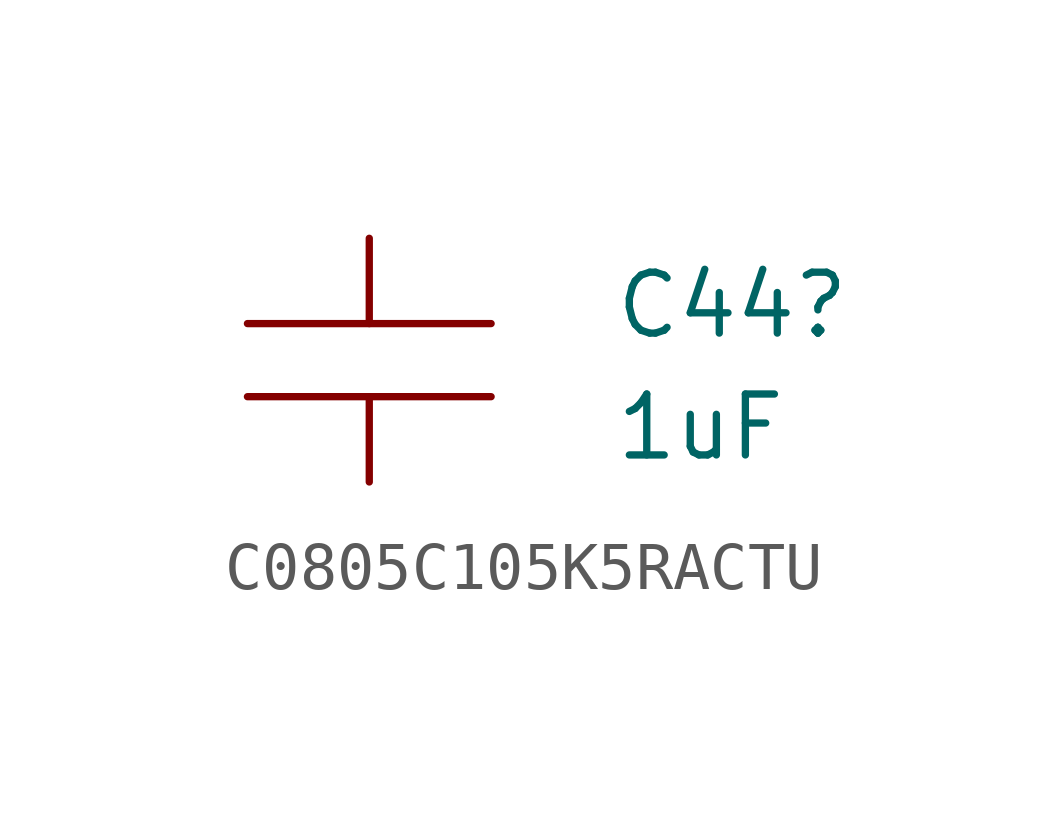
<source format=kicad_sym>
(kicad_symbol_lib
  (version 20220914)
  (generator kicad_symbol_editor)
  (symbol "C0805C105K5RACTU"
    (pin_numbers hide)
    (pin_names
      (offset 1.016) hide)
    (property "Reference" "C44"
      (at 5.08 -1.397 0)
      (effects (font (size 1.27 1.27)) (justify left)))
    (property "Value" "1uF"
      (at 5.08 -3.937 0)
      (effects (font (size 1.27 1.27)) (justify left)))
    (symbol "C0805C105K5RACTU_1_1"
      (polyline (pts (xy 2.54 -3.302) (xy -2.54 -3.302)) (stroke (width 0) (type solid)) (fill (type none)))
      (polyline (pts (xy 2.54 -1.778) (xy -2.54 -1.778)) (stroke (width 0) (type solid)) (fill (type none)))
      (pin passive line (at 0 0 270) (length 1.778) (name "1" (effects (font (size 0 0)))) (number "1" (effects (font (size 1.016 1.016)))))
      (pin passive line (at 0 -5.08 90) (length 1.778) (name "2" (effects (font (size 0 0)))) (number "2" (effects (font (size 1.016 1.016))))))))
</source>
